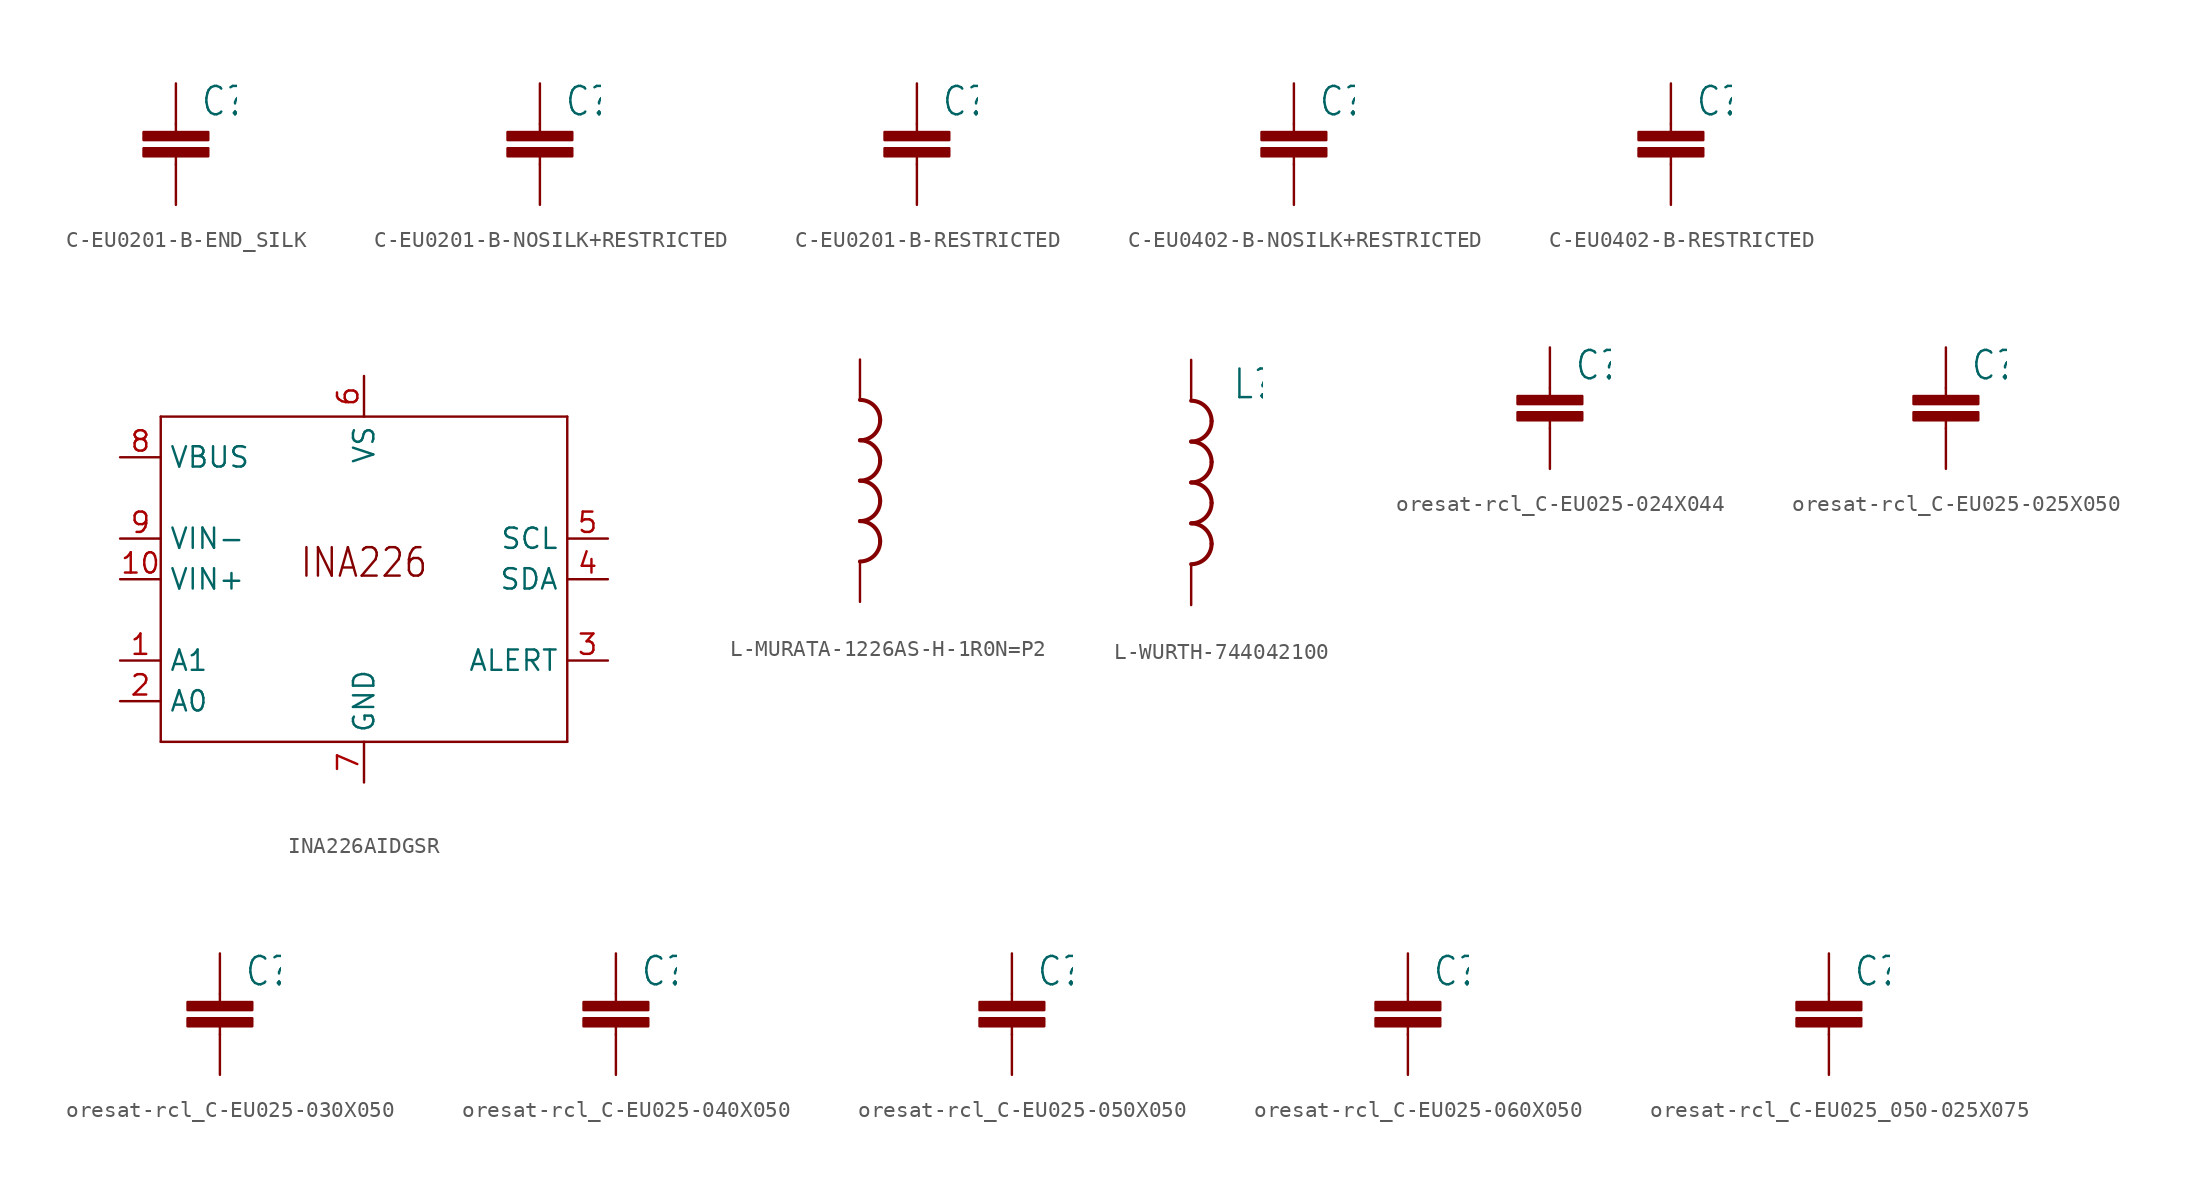
<source format=kicad_sym>
(kicad_symbol_lib
  (version 20220914)
  (generator kicad_symbol_editor)
  (symbol "C-EU0201-B-END_SILK"
    (property "Reference" "C"
      (at 1.524 0.381 0)
      (effects (font (size 1.778 1.511)) (justify left bottom)))
    (property "Value" ""
      (at 1.524 -4.699 0)
      (effects (font (size 1.778 1.511)) (justify left bottom)))
    (property "ki_locked" ""
      (at 0 0 0)
      (effects (font (size 1.27 1.27))))
    (symbol "C-EU0201-B-END_SILK_1_0"
      (rectangle (start -2.032 -2.032) (end 2.032 -1.524) (stroke (width 0) (type default)) (fill (type outline)))
      (rectangle (start -2.032 -1.016) (end 2.032 -0.508) (stroke (width 0) (type default)) (fill (type outline)))
      (polyline (pts (xy 0 -2.54) (xy 0 -2.032)) (stroke (width 0.152) (type solid)) (fill (type none)))
      (polyline (pts (xy 0 0) (xy 0 -0.508)) (stroke (width 0.152) (type solid)) (fill (type none)))
      (pin passive line (at 0 2.54 270) (length 2.54) (name "1" (effects (font (size 0 0)))) (number "1" (effects (font (size 0 0)))))
      (pin passive line (at 0 -5.08 90) (length 2.54) (name "2" (effects (font (size 0 0)))) (number "2" (effects (font (size 0 0)))))))
  (symbol "C-EU0201-B-NOSILK+RESTRICTED"
    (property "Reference" "C"
      (at 1.524 0.381 0)
      (effects (font (size 1.778 1.511)) (justify left bottom)))
    (property "Value" ""
      (at 1.524 -4.699 0)
      (effects (font (size 1.778 1.511)) (justify left bottom)))
    (property "ki_locked" ""
      (at 0 0 0)
      (effects (font (size 1.27 1.27))))
    (symbol "C-EU0201-B-NOSILK+RESTRICTED_1_0"
      (rectangle (start -2.032 -2.032) (end 2.032 -1.524) (stroke (width 0) (type default)) (fill (type outline)))
      (rectangle (start -2.032 -1.016) (end 2.032 -0.508) (stroke (width 0) (type default)) (fill (type outline)))
      (polyline (pts (xy 0 -2.54) (xy 0 -2.032)) (stroke (width 0.152) (type solid)) (fill (type none)))
      (polyline (pts (xy 0 0) (xy 0 -0.508)) (stroke (width 0.152) (type solid)) (fill (type none)))
      (pin passive line (at 0 2.54 270) (length 2.54) (name "1" (effects (font (size 0 0)))) (number "1" (effects (font (size 0 0)))))
      (pin passive line (at 0 -5.08 90) (length 2.54) (name "2" (effects (font (size 0 0)))) (number "2" (effects (font (size 0 0)))))))
  (symbol "C-EU0201-B-RESTRICTED"
    (property "Reference" "C"
      (at 1.524 0.381 0)
      (effects (font (size 1.778 1.511)) (justify left bottom)))
    (property "Value" ""
      (at 1.524 -4.699 0)
      (effects (font (size 1.778 1.511)) (justify left bottom)))
    (property "ki_locked" ""
      (at 0 0 0)
      (effects (font (size 1.27 1.27))))
    (symbol "C-EU0201-B-RESTRICTED_1_0"
      (rectangle (start -2.032 -2.032) (end 2.032 -1.524) (stroke (width 0) (type default)) (fill (type outline)))
      (rectangle (start -2.032 -1.016) (end 2.032 -0.508) (stroke (width 0) (type default)) (fill (type outline)))
      (polyline (pts (xy 0 -2.54) (xy 0 -2.032)) (stroke (width 0.152) (type solid)) (fill (type none)))
      (polyline (pts (xy 0 0) (xy 0 -0.508)) (stroke (width 0.152) (type solid)) (fill (type none)))
      (pin passive line (at 0 2.54 270) (length 2.54) (name "1" (effects (font (size 0 0)))) (number "1" (effects (font (size 0 0)))))
      (pin passive line (at 0 -5.08 90) (length 2.54) (name "2" (effects (font (size 0 0)))) (number "2" (effects (font (size 0 0)))))))
  (symbol "C-EU0402-B-NOSILK+RESTRICTED"
    (property "Reference" "C"
      (at 1.524 0.381 0)
      (effects (font (size 1.778 1.511)) (justify left bottom)))
    (property "Value" ""
      (at 1.524 -4.699 0)
      (effects (font (size 1.778 1.511)) (justify left bottom)))
    (property "ki_locked" ""
      (at 0 0 0)
      (effects (font (size 1.27 1.27))))
    (symbol "C-EU0402-B-NOSILK+RESTRICTED_1_0"
      (rectangle (start -2.032 -2.032) (end 2.032 -1.524) (stroke (width 0) (type default)) (fill (type outline)))
      (rectangle (start -2.032 -1.016) (end 2.032 -0.508) (stroke (width 0) (type default)) (fill (type outline)))
      (polyline (pts (xy 0 -2.54) (xy 0 -2.032)) (stroke (width 0.152) (type solid)) (fill (type none)))
      (polyline (pts (xy 0 0) (xy 0 -0.508)) (stroke (width 0.152) (type solid)) (fill (type none)))
      (pin passive line (at 0 2.54 270) (length 2.54) (name "1" (effects (font (size 0 0)))) (number "1" (effects (font (size 0 0)))))
      (pin passive line (at 0 -5.08 90) (length 2.54) (name "2" (effects (font (size 0 0)))) (number "2" (effects (font (size 0 0)))))))
  (symbol "C-EU0402-B-RESTRICTED"
    (property "Reference" "C"
      (at 1.524 0.381 0)
      (effects (font (size 1.778 1.511)) (justify left bottom)))
    (property "Value" ""
      (at 1.524 -4.699 0)
      (effects (font (size 1.778 1.511)) (justify left bottom)))
    (property "ki_locked" ""
      (at 0 0 0)
      (effects (font (size 1.27 1.27))))
    (symbol "C-EU0402-B-RESTRICTED_1_0"
      (rectangle (start -2.032 -2.032) (end 2.032 -1.524) (stroke (width 0) (type default)) (fill (type outline)))
      (rectangle (start -2.032 -1.016) (end 2.032 -0.508) (stroke (width 0) (type default)) (fill (type outline)))
      (polyline (pts (xy 0 -2.54) (xy 0 -2.032)) (stroke (width 0.152) (type solid)) (fill (type none)))
      (polyline (pts (xy 0 0) (xy 0 -0.508)) (stroke (width 0.152) (type solid)) (fill (type none)))
      (pin passive line (at 0 2.54 270) (length 2.54) (name "1" (effects (font (size 0 0)))) (number "1" (effects (font (size 0 0)))))
      (pin passive line (at 0 -5.08 90) (length 2.54) (name "2" (effects (font (size 0 0)))) (number "2" (effects (font (size 0 0)))))))
  (symbol "INA226AIDGSR"
    (property "Reference" "U"
      (at -12.344 14.199 0)
      (effects (font (size 2.083 1.77)) (justify left bottom) hide))
    (property "ki_locked" ""
      (at 0 0 0)
      (effects (font (size 1.27 1.27))))
    (symbol "INA226AIDGSR_1_0"
      (polyline (pts (xy -12.7 -10.16) (xy 12.7 -10.16)) (stroke (width 0.152) (type solid)) (fill (type none)))
      (polyline (pts (xy -12.7 10.16) (xy -12.7 -10.16)) (stroke (width 0.152) (type solid)) (fill (type none)))
      (polyline (pts (xy 12.7 -10.16) (xy 12.7 10.16)) (stroke (width 0.152) (type solid)) (fill (type none)))
      (polyline (pts (xy 12.7 10.16) (xy -12.7 10.16)) (stroke (width 0.152) (type solid)) (fill (type none)))
      (text "INA226" (at 0 0 0) (effects (font (size 1.778 1.511)) (justify bottom)))
      (pin passive line (at -15.24 -5.08 0) (length 2.54) (name "A1" (effects (font (size 1.27 1.27)))) (number "1" (effects (font (size 1.27 1.27)))))
      (pin input line (at -15.24 0 0) (length 2.54) (name "VIN+" (effects (font (size 1.27 1.27)))) (number "10" (effects (font (size 1.27 1.27)))))
      (pin passive line (at -15.24 -7.62 0) (length 2.54) (name "A0" (effects (font (size 1.27 1.27)))) (number "2" (effects (font (size 1.27 1.27)))))
      (pin output line (at 15.24 -5.08 180) (length 2.54) (name "ALERT" (effects (font (size 1.27 1.27)))) (number "3" (effects (font (size 1.27 1.27)))))
      (pin bidirectional line (at 15.24 0 180) (length 2.54) (name "SDA" (effects (font (size 1.27 1.27)))) (number "4" (effects (font (size 1.27 1.27)))))
      (pin input line (at 15.24 2.54 180) (length 2.54) (name "SCL" (effects (font (size 1.27 1.27)))) (number "5" (effects (font (size 1.27 1.27)))))
      (pin power_in line (at 0 12.7 270) (length 2.54) (name "VS" (effects (font (size 1.27 1.27)))) (number "6" (effects (font (size 1.27 1.27)))))
      (pin power_in line (at 0 -12.7 90) (length 2.54) (name "GND" (effects (font (size 1.27 1.27)))) (number "7" (effects (font (size 1.27 1.27)))))
      (pin input line (at -15.24 7.62 0) (length 2.54) (name "VBUS" (effects (font (size 1.27 1.27)))) (number "8" (effects (font (size 1.27 1.27)))))
      (pin input line (at -15.24 2.54 0) (length 2.54) (name "VIN-" (effects (font (size 1.27 1.27)))) (number "9" (effects (font (size 1.27 1.27)))))))
  (symbol "L-MURATA-1226AS-H-1R0N=P2"
    (property "Reference" ""
      (at -1.27 -5.08 90)
      (effects (font (size 1.778 1.511)) (justify left bottom) hide))
    (property "Value" ""
      (at 3.81 -5.08 90)
      (effects (font (size 1.778 1.511)) (justify left bottom)))
    (property "ki_locked" ""
      (at 0 0 0)
      (effects (font (size 1.27 1.27))))
    (symbol "L-MURATA-1226AS-H-1R0N=P2_1_0"
      (arc (start 0 -5.08) (mid 0.898 -4.708) (end 1.27 -3.81) (stroke (width 0.254) (type solid)) (fill (type none)))
      (arc (start 0 -2.54) (mid 0.898 -2.168) (end 1.27 -1.27) (stroke (width 0.254) (type solid)) (fill (type none)))
      (arc (start 0 0) (mid 0.898 0.372) (end 1.27 1.27) (stroke (width 0.254) (type solid)) (fill (type none)))
      (arc (start 0 2.54) (mid 0.898 2.912) (end 1.27 3.81) (stroke (width 0.254) (type solid)) (fill (type none)))
      (arc (start 1.27 -3.81) (mid 0.898 -2.912) (end 0 -2.54) (stroke (width 0.254) (type solid)) (fill (type none)))
      (arc (start 1.27 -1.27) (mid 0.898 -0.372) (end 0 0) (stroke (width 0.254) (type solid)) (fill (type none)))
      (arc (start 1.27 1.27) (mid 0.898 2.168) (end 0 2.54) (stroke (width 0.254) (type solid)) (fill (type none)))
      (arc (start 1.27 3.81) (mid 0.898 4.708) (end 0 5.08) (stroke (width 0.254) (type solid)) (fill (type none)))
      (pin passive line (at 0 7.62 270) (length 2.54) (name "1" (effects (font (size 0 0)))) (number "1" (effects (font (size 0 0)))))
      (pin passive line (at 0 -7.62 90) (length 2.54) (name "2" (effects (font (size 0 0)))) (number "2" (effects (font (size 0 0)))))))
  (symbol "L-WURTH-744042100"
    (property "Reference" "L"
      (at 2.54 5.08 0)
      (effects (font (size 1.778 1.511)) (justify left bottom)))
    (property "Value" ""
      (at 2.54 -5.08 0)
      (effects (font (size 1.778 1.511)) (justify left bottom)))
    (property "ki_locked" ""
      (at 0 0 0)
      (effects (font (size 1.27 1.27))))
    (symbol "L-WURTH-744042100_1_0"
      (arc (start 0 -5.08) (mid 0.898 -4.708) (end 1.27 -3.81) (stroke (width 0.254) (type solid)) (fill (type none)))
      (arc (start 0 -2.54) (mid 0.898 -2.168) (end 1.27 -1.27) (stroke (width 0.254) (type solid)) (fill (type none)))
      (arc (start 0 0) (mid 0.898 0.372) (end 1.27 1.27) (stroke (width 0.254) (type solid)) (fill (type none)))
      (arc (start 0 2.54) (mid 0.898 2.912) (end 1.27 3.81) (stroke (width 0.254) (type solid)) (fill (type none)))
      (arc (start 1.27 -3.81) (mid 0.898 -2.912) (end 0 -2.54) (stroke (width 0.254) (type solid)) (fill (type none)))
      (arc (start 1.27 -1.27) (mid 0.898 -0.372) (end 0 0) (stroke (width 0.254) (type solid)) (fill (type none)))
      (arc (start 1.27 1.27) (mid 0.898 2.168) (end 0 2.54) (stroke (width 0.254) (type solid)) (fill (type none)))
      (arc (start 1.27 3.81) (mid 0.898 4.708) (end 0 5.08) (stroke (width 0.254) (type solid)) (fill (type none)))
      (pin passive line (at 0 7.62 270) (length 2.54) (name "1" (effects (font (size 0 0)))) (number "P$1" (effects (font (size 0 0)))))
      (pin passive line (at 0 -7.62 90) (length 2.54) (name "2" (effects (font (size 0 0)))) (number "P$2" (effects (font (size 0 0)))))))
  (symbol "oresat-rcl_C-EU025-024X044"
    (property "Reference" "C"
      (at 1.524 0.381 0)
      (effects (font (size 1.778 1.511)) (justify left bottom)))
    (property "Value" ""
      (at 1.524 -4.699 0)
      (effects (font (size 1.778 1.511)) (justify left bottom)))
    (property "ki_locked" ""
      (at 0 0 0)
      (effects (font (size 1.27 1.27))))
    (symbol "oresat-rcl_C-EU025-024X044_1_0"
      (rectangle (start -2.032 -2.032) (end 2.032 -1.524) (stroke (width 0) (type default)) (fill (type outline)))
      (rectangle (start -2.032 -1.016) (end 2.032 -0.508) (stroke (width 0) (type default)) (fill (type outline)))
      (polyline (pts (xy 0 -2.54) (xy 0 -2.032)) (stroke (width 0.152) (type solid)) (fill (type none)))
      (polyline (pts (xy 0 0) (xy 0 -0.508)) (stroke (width 0.152) (type solid)) (fill (type none)))
      (pin passive line (at 0 2.54 270) (length 2.54) (name "1" (effects (font (size 0 0)))) (number "1" (effects (font (size 0 0)))))
      (pin passive line (at 0 -5.08 90) (length 2.54) (name "2" (effects (font (size 0 0)))) (number "2" (effects (font (size 0 0)))))))
  (symbol "oresat-rcl_C-EU025-025X050"
    (property "Reference" "C"
      (at 1.524 0.381 0)
      (effects (font (size 1.778 1.511)) (justify left bottom)))
    (property "Value" ""
      (at 1.524 -4.699 0)
      (effects (font (size 1.778 1.511)) (justify left bottom)))
    (property "ki_locked" ""
      (at 0 0 0)
      (effects (font (size 1.27 1.27))))
    (symbol "oresat-rcl_C-EU025-025X050_1_0"
      (rectangle (start -2.032 -2.032) (end 2.032 -1.524) (stroke (width 0) (type default)) (fill (type outline)))
      (rectangle (start -2.032 -1.016) (end 2.032 -0.508) (stroke (width 0) (type default)) (fill (type outline)))
      (polyline (pts (xy 0 -2.54) (xy 0 -2.032)) (stroke (width 0.152) (type solid)) (fill (type none)))
      (polyline (pts (xy 0 0) (xy 0 -0.508)) (stroke (width 0.152) (type solid)) (fill (type none)))
      (pin passive line (at 0 2.54 270) (length 2.54) (name "1" (effects (font (size 0 0)))) (number "1" (effects (font (size 0 0)))))
      (pin passive line (at 0 -5.08 90) (length 2.54) (name "2" (effects (font (size 0 0)))) (number "2" (effects (font (size 0 0)))))))
  (symbol "oresat-rcl_C-EU025-030X050"
    (property "Reference" "C"
      (at 1.524 0.381 0)
      (effects (font (size 1.778 1.511)) (justify left bottom)))
    (property "Value" ""
      (at 1.524 -4.699 0)
      (effects (font (size 1.778 1.511)) (justify left bottom)))
    (property "ki_locked" ""
      (at 0 0 0)
      (effects (font (size 1.27 1.27))))
    (symbol "oresat-rcl_C-EU025-030X050_1_0"
      (rectangle (start -2.032 -2.032) (end 2.032 -1.524) (stroke (width 0) (type default)) (fill (type outline)))
      (rectangle (start -2.032 -1.016) (end 2.032 -0.508) (stroke (width 0) (type default)) (fill (type outline)))
      (polyline (pts (xy 0 -2.54) (xy 0 -2.032)) (stroke (width 0.152) (type solid)) (fill (type none)))
      (polyline (pts (xy 0 0) (xy 0 -0.508)) (stroke (width 0.152) (type solid)) (fill (type none)))
      (pin passive line (at 0 2.54 270) (length 2.54) (name "1" (effects (font (size 0 0)))) (number "1" (effects (font (size 0 0)))))
      (pin passive line (at 0 -5.08 90) (length 2.54) (name "2" (effects (font (size 0 0)))) (number "2" (effects (font (size 0 0)))))))
  (symbol "oresat-rcl_C-EU025-040X050"
    (property "Reference" "C"
      (at 1.524 0.381 0)
      (effects (font (size 1.778 1.511)) (justify left bottom)))
    (property "Value" ""
      (at 1.524 -4.699 0)
      (effects (font (size 1.778 1.511)) (justify left bottom)))
    (property "ki_locked" ""
      (at 0 0 0)
      (effects (font (size 1.27 1.27))))
    (symbol "oresat-rcl_C-EU025-040X050_1_0"
      (rectangle (start -2.032 -2.032) (end 2.032 -1.524) (stroke (width 0) (type default)) (fill (type outline)))
      (rectangle (start -2.032 -1.016) (end 2.032 -0.508) (stroke (width 0) (type default)) (fill (type outline)))
      (polyline (pts (xy 0 -2.54) (xy 0 -2.032)) (stroke (width 0.152) (type solid)) (fill (type none)))
      (polyline (pts (xy 0 0) (xy 0 -0.508)) (stroke (width 0.152) (type solid)) (fill (type none)))
      (pin passive line (at 0 2.54 270) (length 2.54) (name "1" (effects (font (size 0 0)))) (number "1" (effects (font (size 0 0)))))
      (pin passive line (at 0 -5.08 90) (length 2.54) (name "2" (effects (font (size 0 0)))) (number "2" (effects (font (size 0 0)))))))
  (symbol "oresat-rcl_C-EU025-050X050"
    (property "Reference" "C"
      (at 1.524 0.381 0)
      (effects (font (size 1.778 1.511)) (justify left bottom)))
    (property "Value" ""
      (at 1.524 -4.699 0)
      (effects (font (size 1.778 1.511)) (justify left bottom)))
    (property "ki_locked" ""
      (at 0 0 0)
      (effects (font (size 1.27 1.27))))
    (symbol "oresat-rcl_C-EU025-050X050_1_0"
      (rectangle (start -2.032 -2.032) (end 2.032 -1.524) (stroke (width 0) (type default)) (fill (type outline)))
      (rectangle (start -2.032 -1.016) (end 2.032 -0.508) (stroke (width 0) (type default)) (fill (type outline)))
      (polyline (pts (xy 0 -2.54) (xy 0 -2.032)) (stroke (width 0.152) (type solid)) (fill (type none)))
      (polyline (pts (xy 0 0) (xy 0 -0.508)) (stroke (width 0.152) (type solid)) (fill (type none)))
      (pin passive line (at 0 2.54 270) (length 2.54) (name "1" (effects (font (size 0 0)))) (number "1" (effects (font (size 0 0)))))
      (pin passive line (at 0 -5.08 90) (length 2.54) (name "2" (effects (font (size 0 0)))) (number "2" (effects (font (size 0 0)))))))
  (symbol "oresat-rcl_C-EU025-060X050"
    (property "Reference" "C"
      (at 1.524 0.381 0)
      (effects (font (size 1.778 1.511)) (justify left bottom)))
    (property "Value" ""
      (at 1.524 -4.699 0)
      (effects (font (size 1.778 1.511)) (justify left bottom)))
    (property "ki_locked" ""
      (at 0 0 0)
      (effects (font (size 1.27 1.27))))
    (symbol "oresat-rcl_C-EU025-060X050_1_0"
      (rectangle (start -2.032 -2.032) (end 2.032 -1.524) (stroke (width 0) (type default)) (fill (type outline)))
      (rectangle (start -2.032 -1.016) (end 2.032 -0.508) (stroke (width 0) (type default)) (fill (type outline)))
      (polyline (pts (xy 0 -2.54) (xy 0 -2.032)) (stroke (width 0.152) (type solid)) (fill (type none)))
      (polyline (pts (xy 0 0) (xy 0 -0.508)) (stroke (width 0.152) (type solid)) (fill (type none)))
      (pin passive line (at 0 2.54 270) (length 2.54) (name "1" (effects (font (size 0 0)))) (number "1" (effects (font (size 0 0)))))
      (pin passive line (at 0 -5.08 90) (length 2.54) (name "2" (effects (font (size 0 0)))) (number "2" (effects (font (size 0 0)))))))
  (symbol "oresat-rcl_C-EU025_050-025X075"
    (property "Reference" "C"
      (at 1.524 0.381 0)
      (effects (font (size 1.778 1.511)) (justify left bottom)))
    (property "Value" ""
      (at 1.524 -4.699 0)
      (effects (font (size 1.778 1.511)) (justify left bottom)))
    (property "ki_locked" ""
      (at 0 0 0)
      (effects (font (size 1.27 1.27))))
    (symbol "oresat-rcl_C-EU025_050-025X075_1_0"
      (rectangle (start -2.032 -2.032) (end 2.032 -1.524) (stroke (width 0) (type default)) (fill (type outline)))
      (rectangle (start -2.032 -1.016) (end 2.032 -0.508) (stroke (width 0) (type default)) (fill (type outline)))
      (polyline (pts (xy 0 -2.54) (xy 0 -2.032)) (stroke (width 0.152) (type solid)) (fill (type none)))
      (polyline (pts (xy 0 0) (xy 0 -0.508)) (stroke (width 0.152) (type solid)) (fill (type none)))
      (pin passive line (at 0 2.54 270) (length 2.54) (name "1" (effects (font (size 0 0)))) (number "1" (effects (font (size 0 0)))))
      (pin passive line (at 0 -5.08 90) (length 2.54) (name "2" (effects (font (size 0 0)))) (number "2" (effects (font (size 0 0))))))))
</source>
